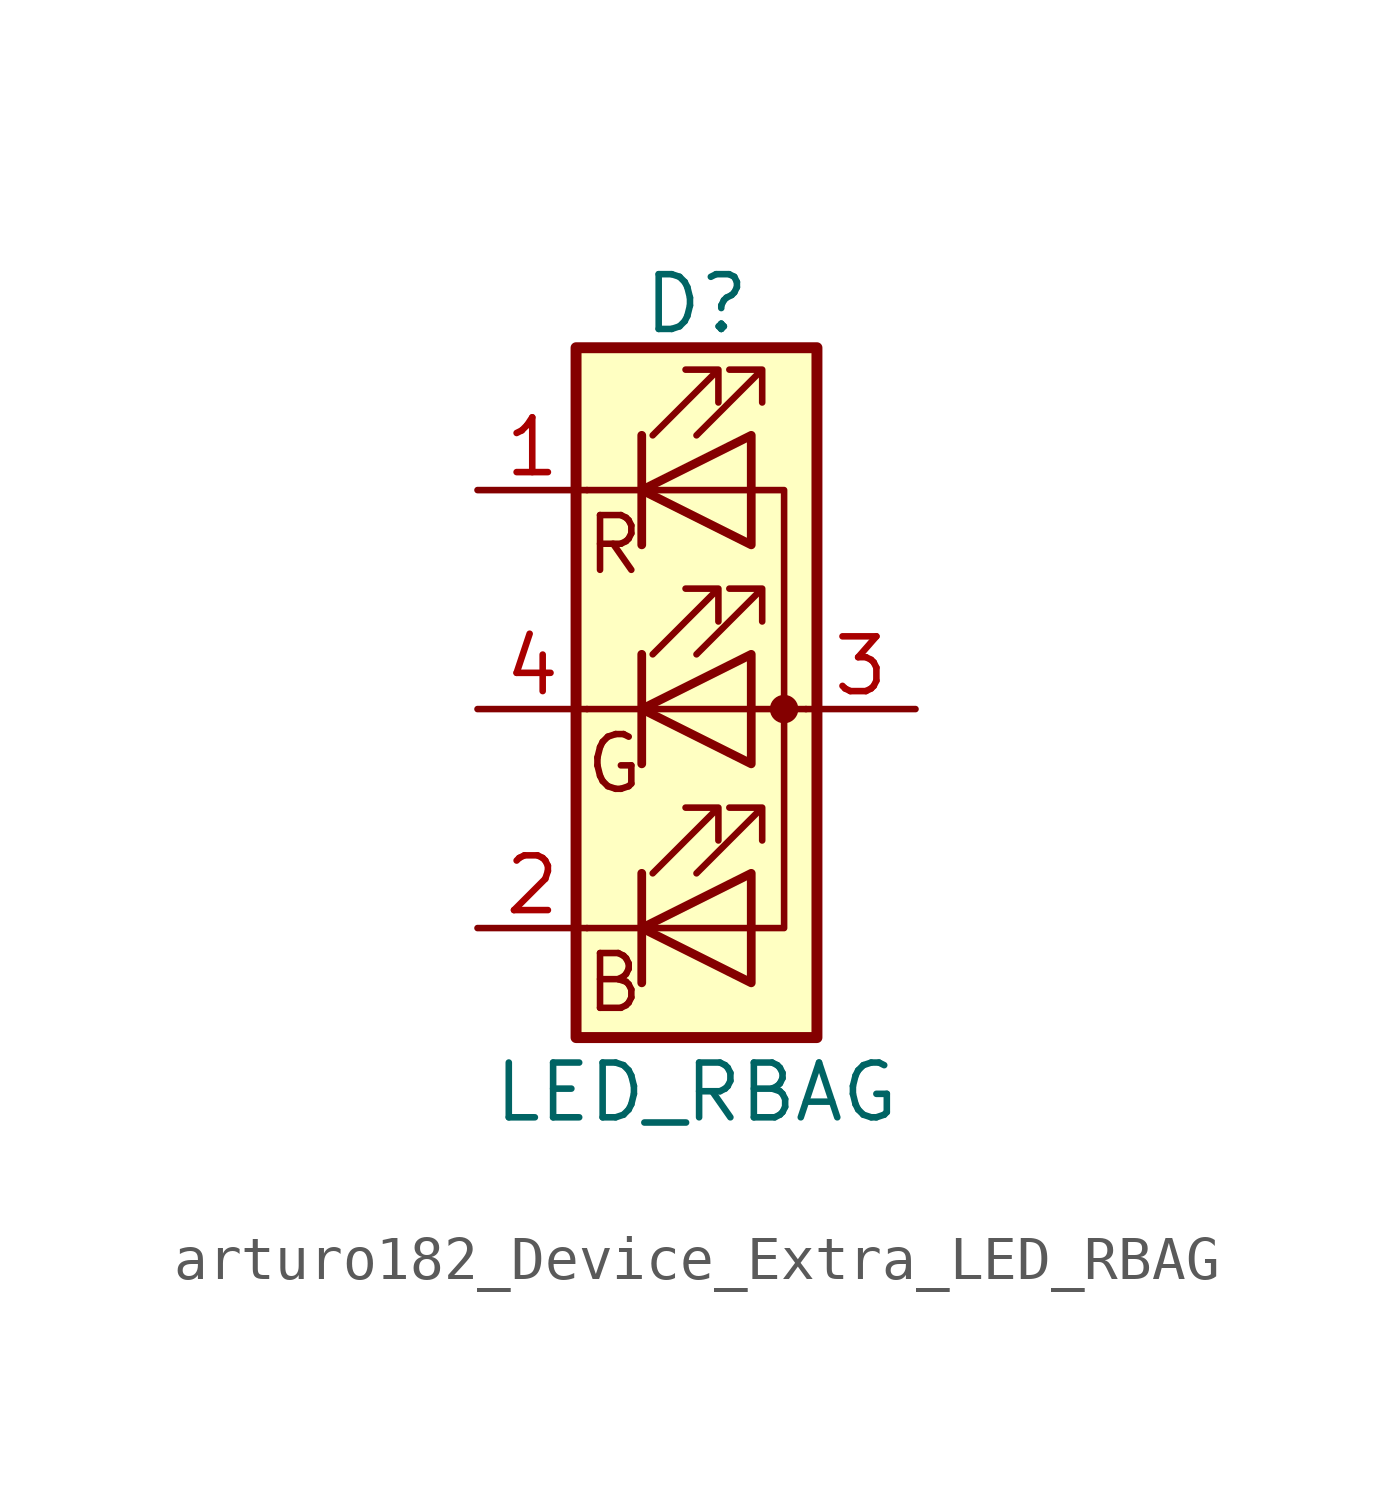
<source format=kicad_sym>
(kicad_symbol_lib
  (version 20220914)
  (generator kicad_symbol_editor)
  (symbol "arturo182_Device_Extra_LED_RBAG"
    (pin_names
      (offset 0) hide)
    (property "Reference" "D"
      (at 0 9.398 0)
      (effects (font (size 1.27 1.27))))
    (property "Value" "LED_RBAG"
      (at 0 -8.89 0)
      (effects (font (size 1.27 1.27))))
    (symbol "arturo182_Device_Extra_LED_RBAG_0_0"
      (text "B" (at -1.905 -6.35 0) (effects (font (size 1.27 1.27))))
      (text "G" (at -1.905 -1.27 0) (effects (font (size 1.27 1.27))))
      (text "R" (at -1.905 3.81 0) (effects (font (size 1.27 1.27)))))
    (symbol "arturo182_Device_Extra_LED_RBAG_0_1"
      (polyline (pts (xy -1.27 -5.08) (xy -2.54 -5.08)) (stroke (width 0) (type default)) (fill (type none)))
      (polyline (pts (xy -1.27 -5.08) (xy 1.27 -5.08)) (stroke (width 0) (type default)) (fill (type none)))
      (polyline (pts (xy -1.27 -3.81) (xy -1.27 -6.35)) (stroke (width 0) (type default)) (fill (type none)))
      (polyline (pts (xy -1.27 -3.81) (xy -1.27 -6.35)) (stroke (width 0.203) (type default)) (fill (type none)))
      (polyline (pts (xy -1.27 0) (xy -2.54 0)) (stroke (width 0) (type default)) (fill (type none)))
      (polyline (pts (xy -1.27 0) (xy 1.27 0)) (stroke (width 0) (type default)) (fill (type none)))
      (polyline (pts (xy -1.27 1.27) (xy -1.27 -1.27)) (stroke (width 0.203) (type default)) (fill (type none)))
      (polyline (pts (xy -1.27 5.08) (xy -2.54 5.08)) (stroke (width 0) (type default)) (fill (type none)))
      (polyline (pts (xy -1.27 6.35) (xy -1.27 3.81)) (stroke (width 0.203) (type default)) (fill (type none)))
      (polyline (pts (xy 1.27 0) (xy 2.54 0)) (stroke (width 0) (type default)) (fill (type none)))
      (polyline (pts (xy 1.27 5.08) (xy -1.27 5.08)) (stroke (width 0) (type default)) (fill (type none)))
      (polyline (pts (xy -1.27 1.27) (xy -1.27 -1.27) (xy -1.27 -1.27)) (stroke (width 0) (type default)) (fill (type none)))
      (polyline (pts (xy -1.27 6.35) (xy -1.27 3.81) (xy -1.27 3.81)) (stroke (width 0) (type default)) (fill (type none)))
      (polyline (pts (xy 1.27 -5.08) (xy 2.032 -5.08) (xy 2.032 5.08) (xy 1.27 5.08)) (stroke (width 0) (type default)) (fill (type none)))
      (polyline (pts (xy 1.27 -3.81) (xy 1.27 -6.35) (xy -1.27 -5.08) (xy 1.27 -3.81)) (stroke (width 0.203) (type default)) (fill (type none)))
      (polyline (pts (xy 1.27 1.27) (xy 1.27 -1.27) (xy -1.27 0) (xy 1.27 1.27)) (stroke (width 0.203) (type default)) (fill (type none)))
      (polyline (pts (xy 1.27 6.35) (xy 1.27 3.81) (xy -1.27 5.08) (xy 1.27 6.35)) (stroke (width 0.203) (type default)) (fill (type none)))
      (polyline (pts (xy -1.016 -3.81) (xy 0.508 -2.286) (xy -0.254 -2.286) (xy 0.508 -2.286) (xy 0.508 -3.048)) (stroke (width 0) (type default)) (fill (type none)))
      (polyline (pts (xy -1.016 1.27) (xy 0.508 2.794) (xy -0.254 2.794) (xy 0.508 2.794) (xy 0.508 2.032)) (stroke (width 0) (type default)) (fill (type none)))
      (polyline (pts (xy -1.016 6.35) (xy 0.508 7.874) (xy -0.254 7.874) (xy 0.508 7.874) (xy 0.508 7.112)) (stroke (width 0) (type default)) (fill (type none)))
      (polyline (pts (xy 0 -3.81) (xy 1.524 -2.286) (xy 0.762 -2.286) (xy 1.524 -2.286) (xy 1.524 -3.048)) (stroke (width 0) (type default)) (fill (type none)))
      (polyline (pts (xy 0 1.27) (xy 1.524 2.794) (xy 0.762 2.794) (xy 1.524 2.794) (xy 1.524 2.032)) (stroke (width 0) (type default)) (fill (type none)))
      (polyline (pts (xy 0 6.35) (xy 1.524 7.874) (xy 0.762 7.874) (xy 1.524 7.874) (xy 1.524 7.112)) (stroke (width 0) (type default)) (fill (type none)))
      (rectangle (start 1.27 -1.27) (end 1.27 1.27) (stroke (width 0) (type default)) (fill (type none)))
      (rectangle (start 1.27 1.27) (end 1.27 1.27) (stroke (width 0) (type default)) (fill (type none)))
      (rectangle (start 1.27 3.81) (end 1.27 6.35) (stroke (width 0) (type default)) (fill (type none)))
      (rectangle (start 1.27 6.35) (end 1.27 6.35) (stroke (width 0) (type default)) (fill (type none)))
      (circle (center 2.032 0) (radius 0.254) (stroke (width 0) (type default)) (fill (type outline)))
      (rectangle (start 2.794 8.382) (end -2.794 -7.62) (stroke (width 0.254) (type default)) (fill (type background))))
    (symbol "arturo182_Device_Extra_LED_RBAG_1_1"
      (pin passive line (at -5.08 5.08 0) (length 2.54) (name "RK" (effects (font (size 1.27 1.27)))) (number "1" (effects (font (size 1.27 1.27)))))
      (pin passive line (at -5.08 -5.08 0) (length 2.54) (name "BK" (effects (font (size 1.27 1.27)))) (number "2" (effects (font (size 1.27 1.27)))))
      (pin passive line (at 5.08 0 180) (length 2.54) (name "A" (effects (font (size 1.27 1.27)))) (number "3" (effects (font (size 1.27 1.27)))))
      (pin passive line (at -5.08 0 0) (length 2.54) (name "GK" (effects (font (size 1.27 1.27)))) (number "4" (effects (font (size 1.27 1.27))))))))
</source>
